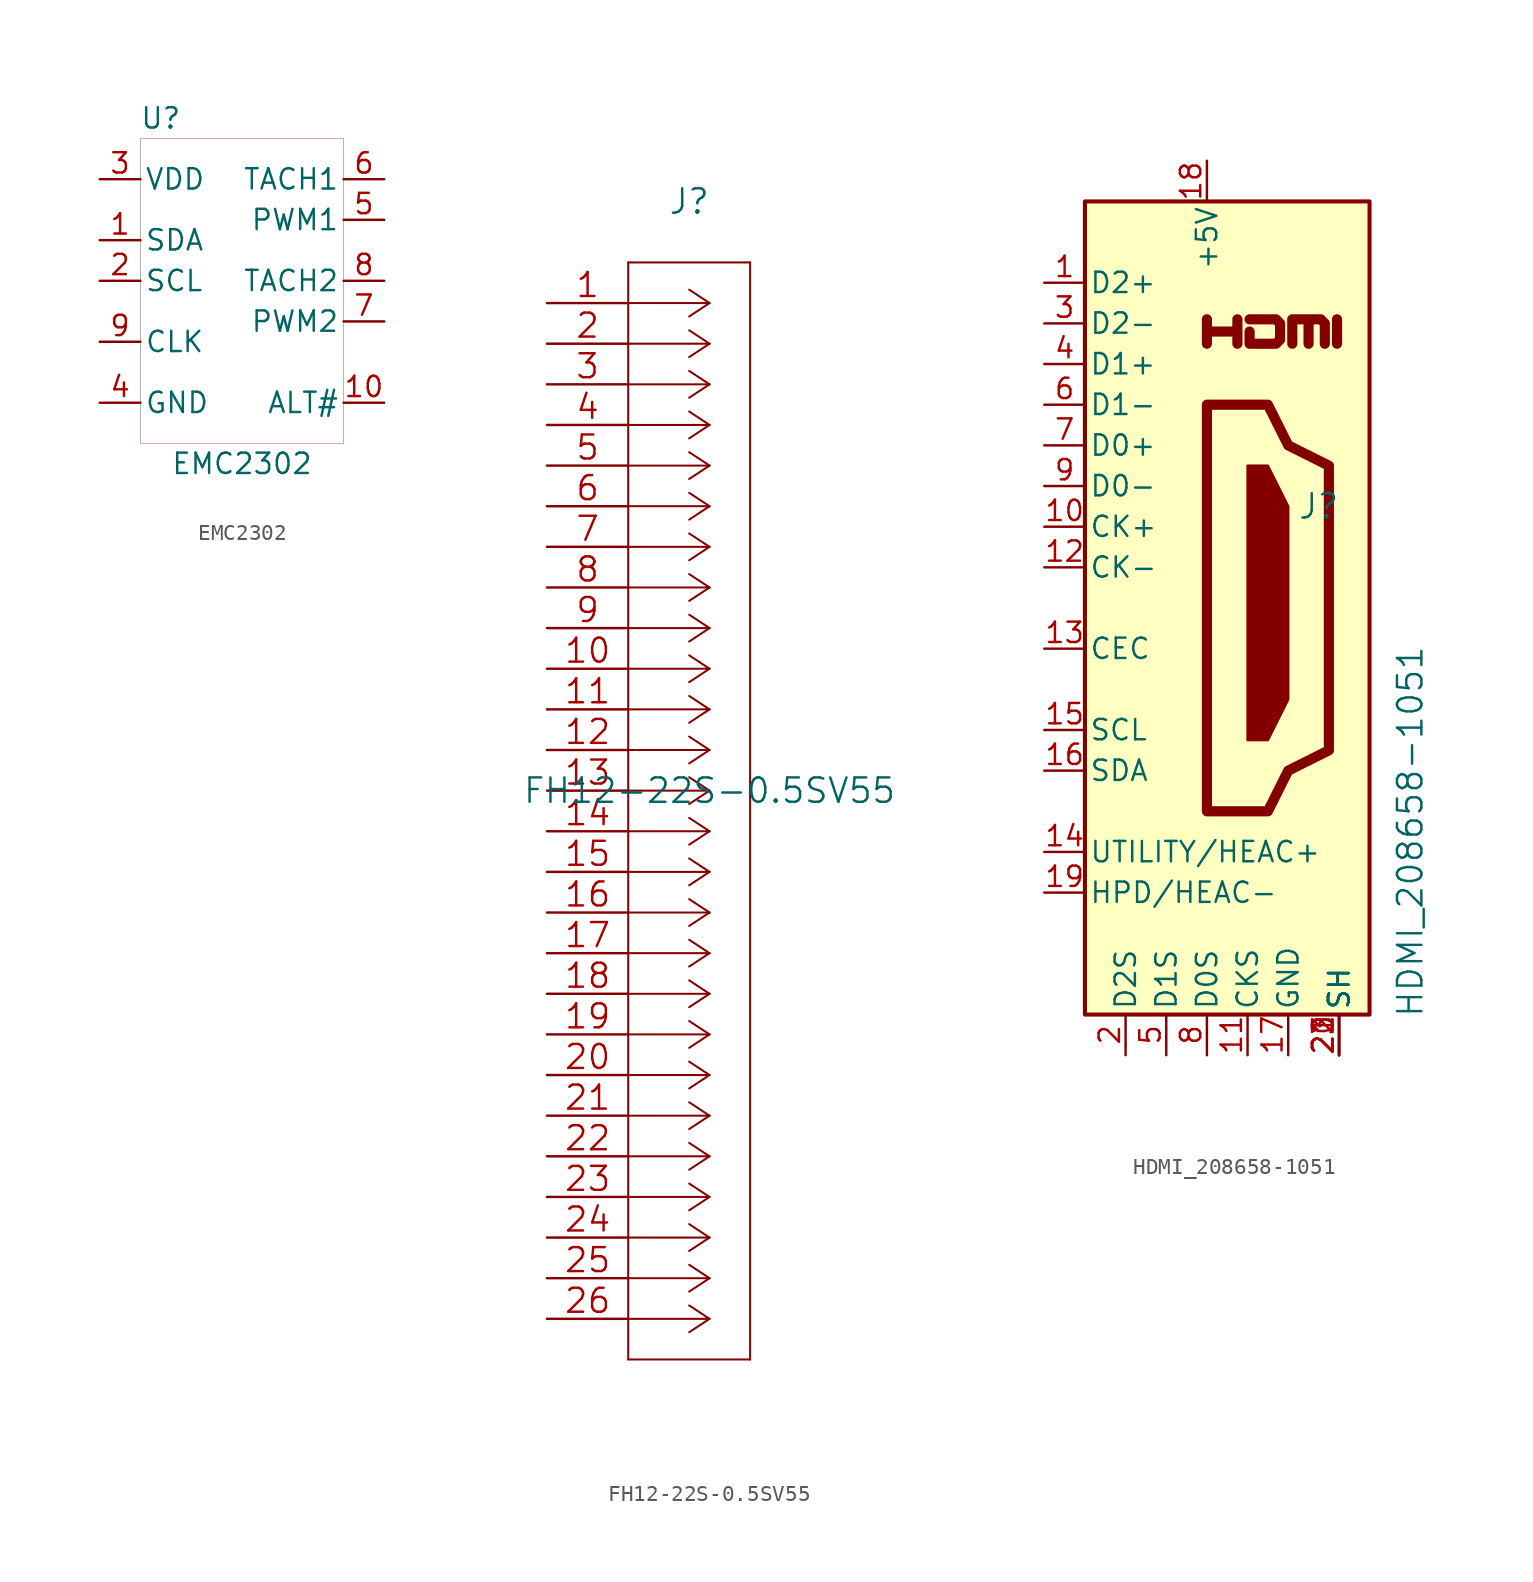
<source format=kicad_sym>
(kicad_symbol_lib
  (version 20220914)
  (generator kicad_symbol_editor)
  (symbol "EMC2302"
    (pin_names
      (offset 0.254))
    (property "Reference" "U"
      (at 2.54 0 0)
      (effects (font (size 1.27 1.27))))
    (property "Value" "EMC2302"
      (at 7.62 -21.59 0)
      (effects (font (size 1.27 1.27))))
    (symbol "EMC2302_0_1"
      (rectangle (start 1.27 -1.27) (end 13.97 -20.32) (stroke (width 0.001) (type default)) (fill (type none))))
    (symbol "EMC2302_1_1"
      (pin open_collector line (at -1.27 -7.62 0) (length 2.54) (name "SDA" (effects (font (size 1.27 1.27)))) (number "1" (effects (font (size 1.27 1.27)))))
      (pin open_collector line (at 16.51 -17.78 180) (length 2.54) (name "ALT#" (effects (font (size 1.27 1.27)))) (number "10" (effects (font (size 1.27 1.27)))))
      (pin open_collector line (at -1.27 -10.16 0) (length 2.54) (name "SCL" (effects (font (size 1.27 1.27)))) (number "2" (effects (font (size 1.27 1.27)))))
      (pin power_in line (at -1.27 -3.81 0) (length 2.54) (name "VDD" (effects (font (size 1.27 1.27)))) (number "3" (effects (font (size 1.27 1.27)))))
      (pin power_in line (at -1.27 -17.78 0) (length 2.54) (name "GND" (effects (font (size 1.27 1.27)))) (number "4" (effects (font (size 1.27 1.27)))))
      (pin output line (at 16.51 -6.35 180) (length 2.54) (name "PWM1" (effects (font (size 1.27 1.27)))) (number "5" (effects (font (size 1.27 1.27)))))
      (pin input line (at 16.51 -3.81 180) (length 2.54) (name "TACH1" (effects (font (size 1.27 1.27)))) (number "6" (effects (font (size 1.27 1.27)))))
      (pin output line (at 16.51 -12.7 180) (length 2.54) (name "PWM2" (effects (font (size 1.27 1.27)))) (number "7" (effects (font (size 1.27 1.27)))))
      (pin input line (at 16.51 -10.16 180) (length 2.54) (name "TACH2" (effects (font (size 1.27 1.27)))) (number "8" (effects (font (size 1.27 1.27)))))
      (pin output line (at -1.27 -13.97 0) (length 2.54) (name "CLK" (effects (font (size 1.27 1.27)))) (number "9" (effects (font (size 1.27 1.27)))))))
  (symbol "FH12-22S-0.5SV55"
    (pin_names
      (offset 0.254) hide)
    (property "Reference" "J"
      (at 8.89 6.35 0)
      (effects (font (size 1.524 1.524))))
    (property "Value" "FH12-22S-0.5SV55"
      (at 10.16 -30.48 0)
      (effects (font (size 1.524 1.524))))
    (property "Datasheet" ""
      (at 0 0 0)
      (effects (font (size 1.524 1.524))))
    (property "ki_locked" ""
      (at 0 0 0)
      (effects (font (size 1.27 1.27))))
    (symbol "FH12-22S-0.5SV55_1_1"
      (polyline (pts (xy 5.08 -66.04) (xy 12.7 -66.04)) (stroke (width 0.127) (type solid)) (fill (type none)))
      (polyline (pts (xy 5.08 2.54) (xy 5.08 -66.04)) (stroke (width 0.127) (type solid)) (fill (type none)))
      (polyline (pts (xy 10.16 -63.5) (xy 5.08 -63.5)) (stroke (width 0.127) (type solid)) (fill (type none)))
      (polyline (pts (xy 10.16 -63.5) (xy 8.89 -64.338)) (stroke (width 0.127) (type solid)) (fill (type none)))
      (polyline (pts (xy 10.16 -63.5) (xy 8.89 -62.662)) (stroke (width 0.127) (type solid)) (fill (type none)))
      (polyline (pts (xy 10.16 -60.96) (xy 5.08 -60.96)) (stroke (width 0.127) (type solid)) (fill (type none)))
      (polyline (pts (xy 10.16 -60.96) (xy 8.89 -61.798)) (stroke (width 0.127) (type solid)) (fill (type none)))
      (polyline (pts (xy 10.16 -60.96) (xy 8.89 -60.122)) (stroke (width 0.127) (type solid)) (fill (type none)))
      (polyline (pts (xy 10.16 -58.42) (xy 5.08 -58.42)) (stroke (width 0.127) (type solid)) (fill (type none)))
      (polyline (pts (xy 10.16 -58.42) (xy 8.89 -59.258)) (stroke (width 0.127) (type solid)) (fill (type none)))
      (polyline (pts (xy 10.16 -58.42) (xy 8.89 -57.582)) (stroke (width 0.127) (type solid)) (fill (type none)))
      (polyline (pts (xy 10.16 -55.88) (xy 5.08 -55.88)) (stroke (width 0.127) (type solid)) (fill (type none)))
      (polyline (pts (xy 10.16 -55.88) (xy 8.89 -56.718)) (stroke (width 0.127) (type solid)) (fill (type none)))
      (polyline (pts (xy 10.16 -55.88) (xy 8.89 -55.042)) (stroke (width 0.127) (type solid)) (fill (type none)))
      (polyline (pts (xy 10.16 -53.34) (xy 5.08 -53.34)) (stroke (width 0.127) (type solid)) (fill (type none)))
      (polyline (pts (xy 10.16 -53.34) (xy 8.89 -54.178)) (stroke (width 0.127) (type solid)) (fill (type none)))
      (polyline (pts (xy 10.16 -53.34) (xy 8.89 -52.502)) (stroke (width 0.127) (type solid)) (fill (type none)))
      (polyline (pts (xy 10.16 -50.8) (xy 5.08 -50.8)) (stroke (width 0.127) (type solid)) (fill (type none)))
      (polyline (pts (xy 10.16 -50.8) (xy 8.89 -51.638)) (stroke (width 0.127) (type solid)) (fill (type none)))
      (polyline (pts (xy 10.16 -50.8) (xy 8.89 -49.962)) (stroke (width 0.127) (type solid)) (fill (type none)))
      (polyline (pts (xy 10.16 -48.26) (xy 5.08 -48.26)) (stroke (width 0.127) (type solid)) (fill (type none)))
      (polyline (pts (xy 10.16 -48.26) (xy 8.89 -49.098)) (stroke (width 0.127) (type solid)) (fill (type none)))
      (polyline (pts (xy 10.16 -48.26) (xy 8.89 -47.422)) (stroke (width 0.127) (type solid)) (fill (type none)))
      (polyline (pts (xy 10.16 -45.72) (xy 5.08 -45.72)) (stroke (width 0.127) (type solid)) (fill (type none)))
      (polyline (pts (xy 10.16 -45.72) (xy 8.89 -46.558)) (stroke (width 0.127) (type solid)) (fill (type none)))
      (polyline (pts (xy 10.16 -45.72) (xy 8.89 -44.882)) (stroke (width 0.127) (type solid)) (fill (type none)))
      (polyline (pts (xy 10.16 -43.18) (xy 5.08 -43.18)) (stroke (width 0.127) (type solid)) (fill (type none)))
      (polyline (pts (xy 10.16 -43.18) (xy 8.89 -44.018)) (stroke (width 0.127) (type solid)) (fill (type none)))
      (polyline (pts (xy 10.16 -43.18) (xy 8.89 -42.342)) (stroke (width 0.127) (type solid)) (fill (type none)))
      (polyline (pts (xy 10.16 -40.64) (xy 5.08 -40.64)) (stroke (width 0.127) (type solid)) (fill (type none)))
      (polyline (pts (xy 10.16 -40.64) (xy 8.89 -41.478)) (stroke (width 0.127) (type solid)) (fill (type none)))
      (polyline (pts (xy 10.16 -40.64) (xy 8.89 -39.802)) (stroke (width 0.127) (type solid)) (fill (type none)))
      (polyline (pts (xy 10.16 -38.1) (xy 5.08 -38.1)) (stroke (width 0.127) (type solid)) (fill (type none)))
      (polyline (pts (xy 10.16 -38.1) (xy 8.89 -38.938)) (stroke (width 0.127) (type solid)) (fill (type none)))
      (polyline (pts (xy 10.16 -38.1) (xy 8.89 -37.262)) (stroke (width 0.127) (type solid)) (fill (type none)))
      (polyline (pts (xy 10.16 -35.56) (xy 5.08 -35.56)) (stroke (width 0.127) (type solid)) (fill (type none)))
      (polyline (pts (xy 10.16 -35.56) (xy 8.89 -36.398)) (stroke (width 0.127) (type solid)) (fill (type none)))
      (polyline (pts (xy 10.16 -35.56) (xy 8.89 -34.722)) (stroke (width 0.127) (type solid)) (fill (type none)))
      (polyline (pts (xy 10.16 -33.02) (xy 5.08 -33.02)) (stroke (width 0.127) (type solid)) (fill (type none)))
      (polyline (pts (xy 10.16 -33.02) (xy 8.89 -33.858)) (stroke (width 0.127) (type solid)) (fill (type none)))
      (polyline (pts (xy 10.16 -33.02) (xy 8.89 -32.182)) (stroke (width 0.127) (type solid)) (fill (type none)))
      (polyline (pts (xy 10.16 -30.48) (xy 5.08 -30.48)) (stroke (width 0.127) (type solid)) (fill (type none)))
      (polyline (pts (xy 10.16 -30.48) (xy 8.89 -31.318)) (stroke (width 0.127) (type solid)) (fill (type none)))
      (polyline (pts (xy 10.16 -30.48) (xy 8.89 -29.642)) (stroke (width 0.127) (type solid)) (fill (type none)))
      (polyline (pts (xy 10.16 -27.94) (xy 5.08 -27.94)) (stroke (width 0.127) (type solid)) (fill (type none)))
      (polyline (pts (xy 10.16 -27.94) (xy 8.89 -28.778)) (stroke (width 0.127) (type solid)) (fill (type none)))
      (polyline (pts (xy 10.16 -27.94) (xy 8.89 -27.102)) (stroke (width 0.127) (type solid)) (fill (type none)))
      (polyline (pts (xy 10.16 -25.4) (xy 5.08 -25.4)) (stroke (width 0.127) (type solid)) (fill (type none)))
      (polyline (pts (xy 10.16 -25.4) (xy 8.89 -26.238)) (stroke (width 0.127) (type solid)) (fill (type none)))
      (polyline (pts (xy 10.16 -25.4) (xy 8.89 -24.562)) (stroke (width 0.127) (type solid)) (fill (type none)))
      (polyline (pts (xy 10.16 -22.86) (xy 5.08 -22.86)) (stroke (width 0.127) (type solid)) (fill (type none)))
      (polyline (pts (xy 10.16 -22.86) (xy 8.89 -23.698)) (stroke (width 0.127) (type solid)) (fill (type none)))
      (polyline (pts (xy 10.16 -22.86) (xy 8.89 -22.022)) (stroke (width 0.127) (type solid)) (fill (type none)))
      (polyline (pts (xy 10.16 -20.32) (xy 5.08 -20.32)) (stroke (width 0.127) (type solid)) (fill (type none)))
      (polyline (pts (xy 10.16 -20.32) (xy 8.89 -21.158)) (stroke (width 0.127) (type solid)) (fill (type none)))
      (polyline (pts (xy 10.16 -20.32) (xy 8.89 -19.482)) (stroke (width 0.127) (type solid)) (fill (type none)))
      (polyline (pts (xy 10.16 -17.78) (xy 5.08 -17.78)) (stroke (width 0.127) (type solid)) (fill (type none)))
      (polyline (pts (xy 10.16 -17.78) (xy 8.89 -18.618)) (stroke (width 0.127) (type solid)) (fill (type none)))
      (polyline (pts (xy 10.16 -17.78) (xy 8.89 -16.942)) (stroke (width 0.127) (type solid)) (fill (type none)))
      (polyline (pts (xy 10.16 -15.24) (xy 5.08 -15.24)) (stroke (width 0.127) (type solid)) (fill (type none)))
      (polyline (pts (xy 10.16 -15.24) (xy 8.89 -16.078)) (stroke (width 0.127) (type solid)) (fill (type none)))
      (polyline (pts (xy 10.16 -15.24) (xy 8.89 -14.402)) (stroke (width 0.127) (type solid)) (fill (type none)))
      (polyline (pts (xy 10.16 -12.7) (xy 5.08 -12.7)) (stroke (width 0.127) (type solid)) (fill (type none)))
      (polyline (pts (xy 10.16 -12.7) (xy 8.89 -13.538)) (stroke (width 0.127) (type solid)) (fill (type none)))
      (polyline (pts (xy 10.16 -12.7) (xy 8.89 -11.862)) (stroke (width 0.127) (type solid)) (fill (type none)))
      (polyline (pts (xy 10.16 -10.16) (xy 5.08 -10.16)) (stroke (width 0.127) (type solid)) (fill (type none)))
      (polyline (pts (xy 10.16 -10.16) (xy 8.89 -10.998)) (stroke (width 0.127) (type solid)) (fill (type none)))
      (polyline (pts (xy 10.16 -10.16) (xy 8.89 -9.322)) (stroke (width 0.127) (type solid)) (fill (type none)))
      (polyline (pts (xy 10.16 -7.62) (xy 5.08 -7.62)) (stroke (width 0.127) (type solid)) (fill (type none)))
      (polyline (pts (xy 10.16 -7.62) (xy 8.89 -8.458)) (stroke (width 0.127) (type solid)) (fill (type none)))
      (polyline (pts (xy 10.16 -7.62) (xy 8.89 -6.782)) (stroke (width 0.127) (type solid)) (fill (type none)))
      (polyline (pts (xy 10.16 -5.08) (xy 5.08 -5.08)) (stroke (width 0.127) (type solid)) (fill (type none)))
      (polyline (pts (xy 10.16 -5.08) (xy 8.89 -5.918)) (stroke (width 0.127) (type solid)) (fill (type none)))
      (polyline (pts (xy 10.16 -5.08) (xy 8.89 -4.242)) (stroke (width 0.127) (type solid)) (fill (type none)))
      (polyline (pts (xy 10.16 -2.54) (xy 5.08 -2.54)) (stroke (width 0.127) (type solid)) (fill (type none)))
      (polyline (pts (xy 10.16 -2.54) (xy 8.89 -3.378)) (stroke (width 0.127) (type solid)) (fill (type none)))
      (polyline (pts (xy 10.16 -2.54) (xy 8.89 -1.702)) (stroke (width 0.127) (type solid)) (fill (type none)))
      (polyline (pts (xy 10.16 0) (xy 5.08 0)) (stroke (width 0.127) (type solid)) (fill (type none)))
      (polyline (pts (xy 10.16 0) (xy 8.89 -0.838)) (stroke (width 0.127) (type solid)) (fill (type none)))
      (polyline (pts (xy 10.16 0) (xy 8.89 0.838)) (stroke (width 0.127) (type solid)) (fill (type none)))
      (polyline (pts (xy 12.7 -66.04) (xy 12.7 2.54)) (stroke (width 0.127) (type solid)) (fill (type none)))
      (polyline (pts (xy 12.7 2.54) (xy 5.08 2.54)) (stroke (width 0.127) (type solid)) (fill (type none)))
      (pin unspecified line (at 0 0 0) (length 5.08) (name "1" (effects (font (size 1.499 1.499)))) (number "1" (effects (font (size 1.499 1.499)))))
      (pin unspecified line (at 0 -22.86 0) (length 5.08) (name "10" (effects (font (size 1.499 1.499)))) (number "10" (effects (font (size 1.499 1.499)))))
      (pin unspecified line (at 0 -25.4 0) (length 5.08) (name "11" (effects (font (size 1.499 1.499)))) (number "11" (effects (font (size 1.499 1.499)))))
      (pin unspecified line (at 0 -27.94 0) (length 5.08) (name "12" (effects (font (size 1.499 1.499)))) (number "12" (effects (font (size 1.499 1.499)))))
      (pin unspecified line (at 0 -30.48 0) (length 5.08) (name "13" (effects (font (size 1.499 1.499)))) (number "13" (effects (font (size 1.499 1.499)))))
      (pin unspecified line (at 0 -33.02 0) (length 5.08) (name "14" (effects (font (size 1.499 1.499)))) (number "14" (effects (font (size 1.499 1.499)))))
      (pin unspecified line (at 0 -35.56 0) (length 5.08) (name "15" (effects (font (size 1.499 1.499)))) (number "15" (effects (font (size 1.499 1.499)))))
      (pin unspecified line (at 0 -38.1 0) (length 5.08) (name "16" (effects (font (size 1.499 1.499)))) (number "16" (effects (font (size 1.499 1.499)))))
      (pin unspecified line (at 0 -40.64 0) (length 5.08) (name "17" (effects (font (size 1.499 1.499)))) (number "17" (effects (font (size 1.499 1.499)))))
      (pin unspecified line (at 0 -43.18 0) (length 5.08) (name "18" (effects (font (size 1.499 1.499)))) (number "18" (effects (font (size 1.499 1.499)))))
      (pin unspecified line (at 0 -45.72 0) (length 5.08) (name "19" (effects (font (size 1.499 1.499)))) (number "19" (effects (font (size 1.499 1.499)))))
      (pin unspecified line (at 0 -2.54 0) (length 5.08) (name "2" (effects (font (size 1.499 1.499)))) (number "2" (effects (font (size 1.499 1.499)))))
      (pin unspecified line (at 0 -48.26 0) (length 5.08) (name "20" (effects (font (size 1.499 1.499)))) (number "20" (effects (font (size 1.499 1.499)))))
      (pin unspecified line (at 0 -50.8 0) (length 5.08) (name "21" (effects (font (size 1.499 1.499)))) (number "21" (effects (font (size 1.499 1.499)))))
      (pin unspecified line (at 0 -53.34 0) (length 5.08) (name "22" (effects (font (size 1.499 1.499)))) (number "22" (effects (font (size 1.499 1.499)))))
      (pin unspecified line (at 0 -55.88 0) (length 5.08) (name "23" (effects (font (size 1.499 1.499)))) (number "23" (effects (font (size 1.499 1.499)))))
      (pin unspecified line (at 0 -58.42 0) (length 5.08) (name "24" (effects (font (size 1.499 1.499)))) (number "24" (effects (font (size 1.499 1.499)))))
      (pin unspecified line (at 0 -60.96 0) (length 5.08) (name "25" (effects (font (size 1.499 1.499)))) (number "25" (effects (font (size 1.499 1.499)))))
      (pin unspecified line (at 0 -63.5 0) (length 5.08) (name "26" (effects (font (size 1.499 1.499)))) (number "26" (effects (font (size 1.499 1.499)))))
      (pin unspecified line (at 0 -5.08 0) (length 5.08) (name "3" (effects (font (size 1.499 1.499)))) (number "3" (effects (font (size 1.499 1.499)))))
      (pin unspecified line (at 0 -7.62 0) (length 5.08) (name "4" (effects (font (size 1.499 1.499)))) (number "4" (effects (font (size 1.499 1.499)))))
      (pin unspecified line (at 0 -10.16 0) (length 5.08) (name "5" (effects (font (size 1.499 1.499)))) (number "5" (effects (font (size 1.499 1.499)))))
      (pin unspecified line (at 0 -12.7 0) (length 5.08) (name "6" (effects (font (size 1.499 1.499)))) (number "6" (effects (font (size 1.499 1.499)))))
      (pin unspecified line (at 0 -15.24 0) (length 5.08) (name "7" (effects (font (size 1.499 1.499)))) (number "7" (effects (font (size 1.499 1.499)))))
      (pin unspecified line (at 0 -17.78 0) (length 5.08) (name "8" (effects (font (size 1.499 1.499)))) (number "8" (effects (font (size 1.499 1.499)))))
      (pin unspecified line (at 0 -20.32 0) (length 5.08) (name "9" (effects (font (size 1.499 1.499)))) (number "9" (effects (font (size 1.499 1.499)))))))
  (symbol "HDMI_208658-1051"
    (pin_names
      (offset 0.254))
    (property "Reference" "J"
      (at 8.89 6.35 0)
      (effects (font (size 1.524 1.524))))
    (property "Value" "HDMI_208658-1051"
      (at 14.605 -13.97 90)
      (effects (font (size 1.524 1.524))))
    (property "Datasheet" ""
      (at 0 0 0)
      (effects (font (size 1.524 1.524))))
    (symbol "HDMI_208658-1051_0_0"
      (polyline (pts (xy 10.033 16.51) (xy 10.033 18.034)) (stroke (width 0.635) (type default)) (fill (type none)))
      (polyline (pts (xy 1.905 16.51) (xy 1.905 18.034) (xy 1.905 17.272) (xy 3.81 17.272) (xy 3.81 18.034) (xy 3.81 16.51)) (stroke (width 0.635) (type default)) (fill (type none)))
      (polyline (pts (xy 4.572 18.034) (xy 6.223 18.034) (xy 6.477 17.78) (xy 6.477 16.764) (xy 6.223 16.51) (xy 4.572 16.51) (xy 4.572 17.272)) (stroke (width 0.635) (type default)) (fill (type none)))
      (pin passive line (at 10.16 -27.94 90) (length 2.54) (name "SH" (effects (font (size 1.27 1.27)))) (number "21" (effects (font (size 1.27 1.27)))))
      (pin passive line (at 10.16 -27.94 90) (length 2.54) (name "SH" (effects (font (size 1.27 1.27)))) (number "22" (effects (font (size 1.27 1.27)))))
      (pin passive line (at 10.16 -27.94 90) (length 2.54) (name "SH" (effects (font (size 1.27 1.27)))) (number "23" (effects (font (size 1.27 1.27))))))
    (symbol "HDMI_208658-1051_0_1"
      (rectangle (start -5.715 25.4) (end 12.065 -25.4) (stroke (width 0.254) (type default)) (fill (type background)))
      (polyline (pts (xy 4.445 8.89) (xy 5.715 8.89) (xy 6.985 6.35) (xy 6.985 -5.715) (xy 5.715 -8.255) (xy 4.445 -8.255) (xy 4.445 8.89)) (stroke (width 0) (type default)) (fill (type outline)))
      (polyline (pts (xy 7.239 16.51) (xy 7.239 18.034) (xy 8.255 18.034) (xy 8.255 16.51) (xy 8.255 18.034) (xy 9.017 18.034) (xy 9.271 17.78) (xy 9.271 16.51)) (stroke (width 0.635) (type default)) (fill (type none)))
      (polyline (pts (xy 1.905 12.7) (xy 1.905 -12.7) (xy 5.715 -12.7) (xy 6.985 -10.16) (xy 9.525 -8.89) (xy 9.525 8.89) (xy 6.985 10.16) (xy 5.715 12.7) (xy 1.905 12.7)) (stroke (width 0.635) (type default)) (fill (type none))))
    (symbol "HDMI_208658-1051_1_1"
      (pin passive line (at -8.255 20.32 0) (length 2.54) (name "D2+" (effects (font (size 1.27 1.27)))) (number "1" (effects (font (size 1.27 1.27)))))
      (pin passive line (at -8.255 5.08 0) (length 2.54) (name "CK+" (effects (font (size 1.27 1.27)))) (number "10" (effects (font (size 1.27 1.27)))))
      (pin power_in line (at 4.445 -27.94 90) (length 2.54) (name "CKS" (effects (font (size 1.27 1.27)))) (number "11" (effects (font (size 1.27 1.27)))))
      (pin passive line (at -8.255 2.54 0) (length 2.54) (name "CK-" (effects (font (size 1.27 1.27)))) (number "12" (effects (font (size 1.27 1.27)))))
      (pin bidirectional line (at -8.255 -2.54 0) (length 2.54) (name "CEC" (effects (font (size 1.27 1.27)))) (number "13" (effects (font (size 1.27 1.27)))))
      (pin passive line (at -8.255 -15.24 0) (length 2.54) (name "UTILITY/HEAC+" (effects (font (size 1.27 1.27)))) (number "14" (effects (font (size 1.27 1.27)))))
      (pin passive line (at -8.255 -7.62 0) (length 2.54) (name "SCL" (effects (font (size 1.27 1.27)))) (number "15" (effects (font (size 1.27 1.27)))))
      (pin bidirectional line (at -8.255 -10.16 0) (length 2.54) (name "SDA" (effects (font (size 1.27 1.27)))) (number "16" (effects (font (size 1.27 1.27)))))
      (pin power_in line (at 6.985 -27.94 90) (length 2.54) (name "GND" (effects (font (size 1.27 1.27)))) (number "17" (effects (font (size 1.27 1.27)))))
      (pin power_in line (at 1.905 27.94 270) (length 2.54) (name "+5V" (effects (font (size 1.27 1.27)))) (number "18" (effects (font (size 1.27 1.27)))))
      (pin passive line (at -8.255 -17.78 0) (length 2.54) (name "HPD/HEAC-" (effects (font (size 1.27 1.27)))) (number "19" (effects (font (size 1.27 1.27)))))
      (pin power_in line (at -3.175 -27.94 90) (length 2.54) (name "D2S" (effects (font (size 1.27 1.27)))) (number "2" (effects (font (size 1.27 1.27)))))
      (pin passive line (at 10.16 -27.94 90) (length 2.54) (name "SH" (effects (font (size 1.27 1.27)))) (number "20" (effects (font (size 1.27 1.27)))))
      (pin passive line (at -8.255 17.78 0) (length 2.54) (name "D2-" (effects (font (size 1.27 1.27)))) (number "3" (effects (font (size 1.27 1.27)))))
      (pin passive line (at -8.255 15.24 0) (length 2.54) (name "D1+" (effects (font (size 1.27 1.27)))) (number "4" (effects (font (size 1.27 1.27)))))
      (pin power_in line (at -0.635 -27.94 90) (length 2.54) (name "D1S" (effects (font (size 1.27 1.27)))) (number "5" (effects (font (size 1.27 1.27)))))
      (pin passive line (at -8.255 12.7 0) (length 2.54) (name "D1-" (effects (font (size 1.27 1.27)))) (number "6" (effects (font (size 1.27 1.27)))))
      (pin passive line (at -8.255 10.16 0) (length 2.54) (name "D0+" (effects (font (size 1.27 1.27)))) (number "7" (effects (font (size 1.27 1.27)))))
      (pin power_in line (at 1.905 -27.94 90) (length 2.54) (name "D0S" (effects (font (size 1.27 1.27)))) (number "8" (effects (font (size 1.27 1.27)))))
      (pin passive line (at -8.255 7.62 0) (length 2.54) (name "D0-" (effects (font (size 1.27 1.27)))) (number "9" (effects (font (size 1.27 1.27))))))))
</source>
